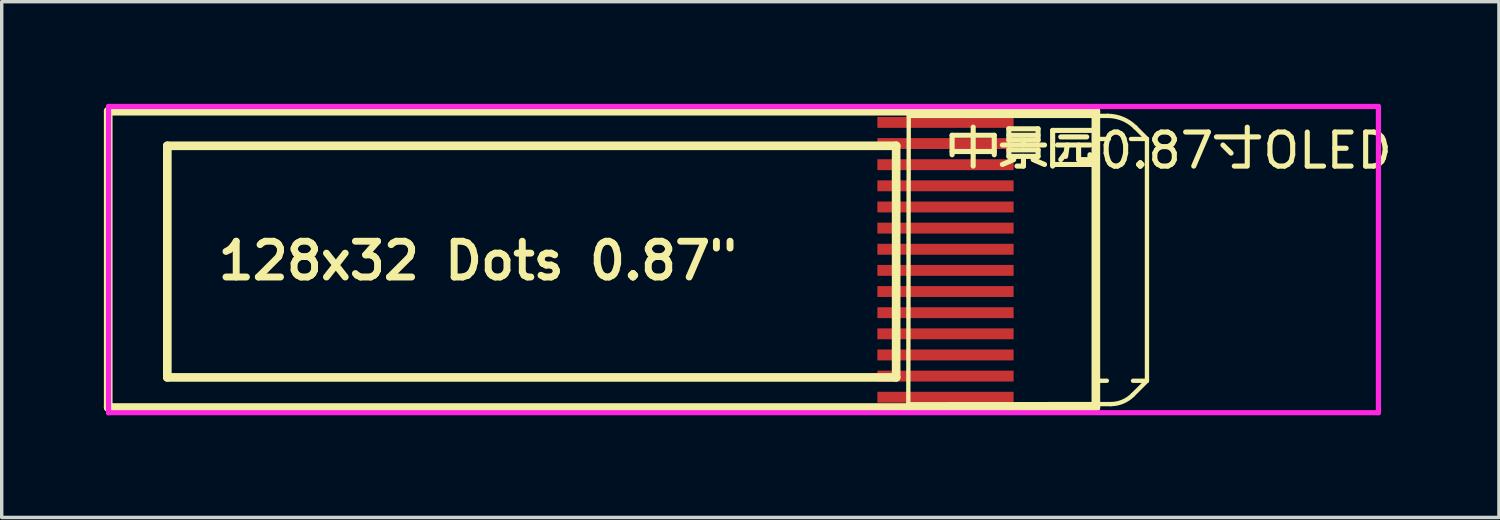
<source format=kicad_pcb>
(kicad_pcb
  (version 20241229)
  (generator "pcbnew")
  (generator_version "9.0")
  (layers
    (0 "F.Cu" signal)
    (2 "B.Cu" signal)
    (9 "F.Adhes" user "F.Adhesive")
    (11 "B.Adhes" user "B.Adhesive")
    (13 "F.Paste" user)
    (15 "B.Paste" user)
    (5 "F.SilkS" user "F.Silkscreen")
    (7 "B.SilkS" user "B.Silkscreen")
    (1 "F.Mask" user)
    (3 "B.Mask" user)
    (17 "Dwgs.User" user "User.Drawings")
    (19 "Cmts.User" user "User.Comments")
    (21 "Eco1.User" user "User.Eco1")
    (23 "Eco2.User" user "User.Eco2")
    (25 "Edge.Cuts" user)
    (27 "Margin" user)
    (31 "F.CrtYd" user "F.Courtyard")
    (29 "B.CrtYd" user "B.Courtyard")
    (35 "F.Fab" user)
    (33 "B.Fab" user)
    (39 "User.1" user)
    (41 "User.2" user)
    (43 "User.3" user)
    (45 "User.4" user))
  (footprint "中景园0.87寸OLED"
    (layer "F.Cu")
    (at 24.712 4.579)
    (property "Reference" "中景园0.87寸OLED" (at 0 -3.207 0) (layer "F.SilkS") (effects (font (size 1 1) (thickness 0.15)) (justify left)))
    (attr through_hole)
    (fp_line (start -24.585 -4.364) (end -24.585 4.336) (stroke (width 0.254) (type solid)) (layer "F.SilkS"))
    (fp_line (start -24.585 -4.364) (end 4.415 -4.364) (stroke (width 0.254) (type solid)) (layer "F.SilkS"))
    (fp_line (start -22.849 -3.348) (end -1.449 -3.348) (stroke (width 0.254) (type solid)) (layer "F.SilkS"))
    (fp_line (start -22.849 3.452) (end -22.849 -3.348) (stroke (width 0.254) (type solid)) (layer "F.SilkS"))
    (fp_line (start -1.449 -3.348) (end -1.449 3.452) (stroke (width 0.254) (type solid)) (layer "F.SilkS"))
    (fp_line (start -1.449 3.452) (end -22.849 3.452) (stroke (width 0.254) (type solid)) (layer "F.SilkS"))
    (fp_line (start -1.092 4.24) (end 4.849 4.236) (stroke (width 0.127) (type solid)) (layer "F.SilkS"))
    (fp_line (start -1.079 -4.226) (end -1.092 4.24) (stroke (width 0.127) (type solid)) (layer "F.SilkS"))
    (fp_line (start -1.079 -4.226) (end 4.761 -4.226) (stroke (width 0.127) (type solid)) (layer "F.SilkS"))
    (fp_line (start 4.415 4.336) (end -24.585 4.336) (stroke (width 0.254) (type solid)) (layer "F.SilkS"))
    (fp_line (start 4.415 4.336) (end 4.415 -4.364) (stroke (width 0.254) (type solid)) (layer "F.SilkS"))
    (fp_line (start 4.738 3.551) (end 4.415 3.551) (stroke (width 0.127) (type solid)) (layer "F.SilkS"))
    (fp_line (start 4.798 -3.549) (end 4.415 -3.549) (stroke (width 0.127) (type solid)) (layer "F.SilkS"))
    (fp_line (start 5.499 3.967) (end 5.915 3.551) (stroke (width 0.127) (type solid)) (layer "F.SilkS"))
    (fp_line (start 5.574 -3.89) (end 5.915 -3.549) (stroke (width 0.127) (type solid)) (layer "F.SilkS"))
    (fp_line (start 5.915 -3.549) (end 5.446 -3.549) (stroke (width 0.127) (type solid)) (layer "F.SilkS"))
    (fp_line (start 5.915 3.551) (end 5.506 3.551) (stroke (width 0.127) (type solid)) (layer "F.SilkS"))
    (fp_line (start 5.915 3.551) (end 5.915 -3.549) (stroke (width 0.127) (type solid)) (layer "F.SilkS"))
    (fp_arc (start 4.761 -4.226756) (mid 5.200993 -4.139236) (end 5.574 -3.89) (stroke (width 0.127) (type solid)) (layer "F.SilkS"))
    (fp_arc (start 5.499 3.967) (mid 5.200769 4.16627) (end 4.848981 4.236239) (stroke (width 0.127) (type solid)) (layer "F.SilkS"))
    (fp_line (start -24.575 -4.503) (end 12.712 -4.503) (stroke (width 0.152) (type solid)) (layer "F.CrtYd"))
    (fp_line (start -24.575 4.489) (end -24.575 -4.503) (stroke (width 0.152) (type solid)) (layer "F.CrtYd"))
    (fp_line (start 12.712 -4.503) (end 12.712 4.489) (stroke (width 0.152) (type solid)) (layer "F.CrtYd"))
    (fp_line (start 12.712 4.489) (end -24.575 4.489) (stroke (width 0.152) (type solid)) (layer "F.CrtYd"))
    (fp_text user "128x32 Dots 0.87\"" (at -21.46 0.029 0) (layer "F.SilkS") (effects (font (size 1.05 1.05) (thickness 0.203)) (justify left)))
    (pad "1" smd rect (at 0 4.035) (size 4 0.32) (layers "F.Cu" "F.Mask" "F.Paste"))
    (pad "2" smd rect (at 0 3.414) (size 4 0.32) (layers "F.Cu" "F.Mask" "F.Paste"))
    (pad "3" smd rect (at 0 2.793) (size 4 0.32) (layers "F.Cu" "F.Mask" "F.Paste"))
    (pad "4" smd rect (at 0 2.173) (size 4 0.32) (layers "F.Cu" "F.Mask" "F.Paste"))
    (pad "5" smd rect (at 0 1.552) (size 4 0.32) (layers "F.Cu" "F.Mask" "F.Paste"))
    (pad "6" smd rect (at 0 0.931) (size 4 0.32) (layers "F.Cu" "F.Mask" "F.Paste"))
    (pad "7" smd rect (at 0 0.31) (size 4 0.32) (layers "F.Cu" "F.Mask" "F.Paste"))
    (pad "8" smd rect (at 0 -0.31) (size 4 0.32) (layers "F.Cu" "F.Mask" "F.Paste"))
    (pad "9" smd rect (at 0 -0.931) (size 4 0.32) (layers "F.Cu" "F.Mask" "F.Paste"))
    (pad "10" smd rect (at 0 -1.552) (size 4 0.32) (layers "F.Cu" "F.Mask" "F.Paste"))
    (pad "11" smd rect (at 0 -2.173) (size 4 0.32) (layers "F.Cu" "F.Mask" "F.Paste"))
    (pad "12" smd rect (at 0 -2.793) (size 4 0.32) (layers "F.Cu" "F.Mask" "F.Paste"))
    (pad "13" smd rect (at 0 -3.414) (size 4 0.32) (layers "F.Cu" "F.Mask" "F.Paste"))
    (pad "14" smd rect (at 0 -4.035) (size 4 0.32) (layers "F.Cu" "F.Mask" "F.Paste")))
  (gr_rect
    (start -3 -3)
    (end 40.962 12.144)
    (stroke (width 0.1) (type default))
    (fill no)
    (layer "Edge.Cuts")))
</source>
